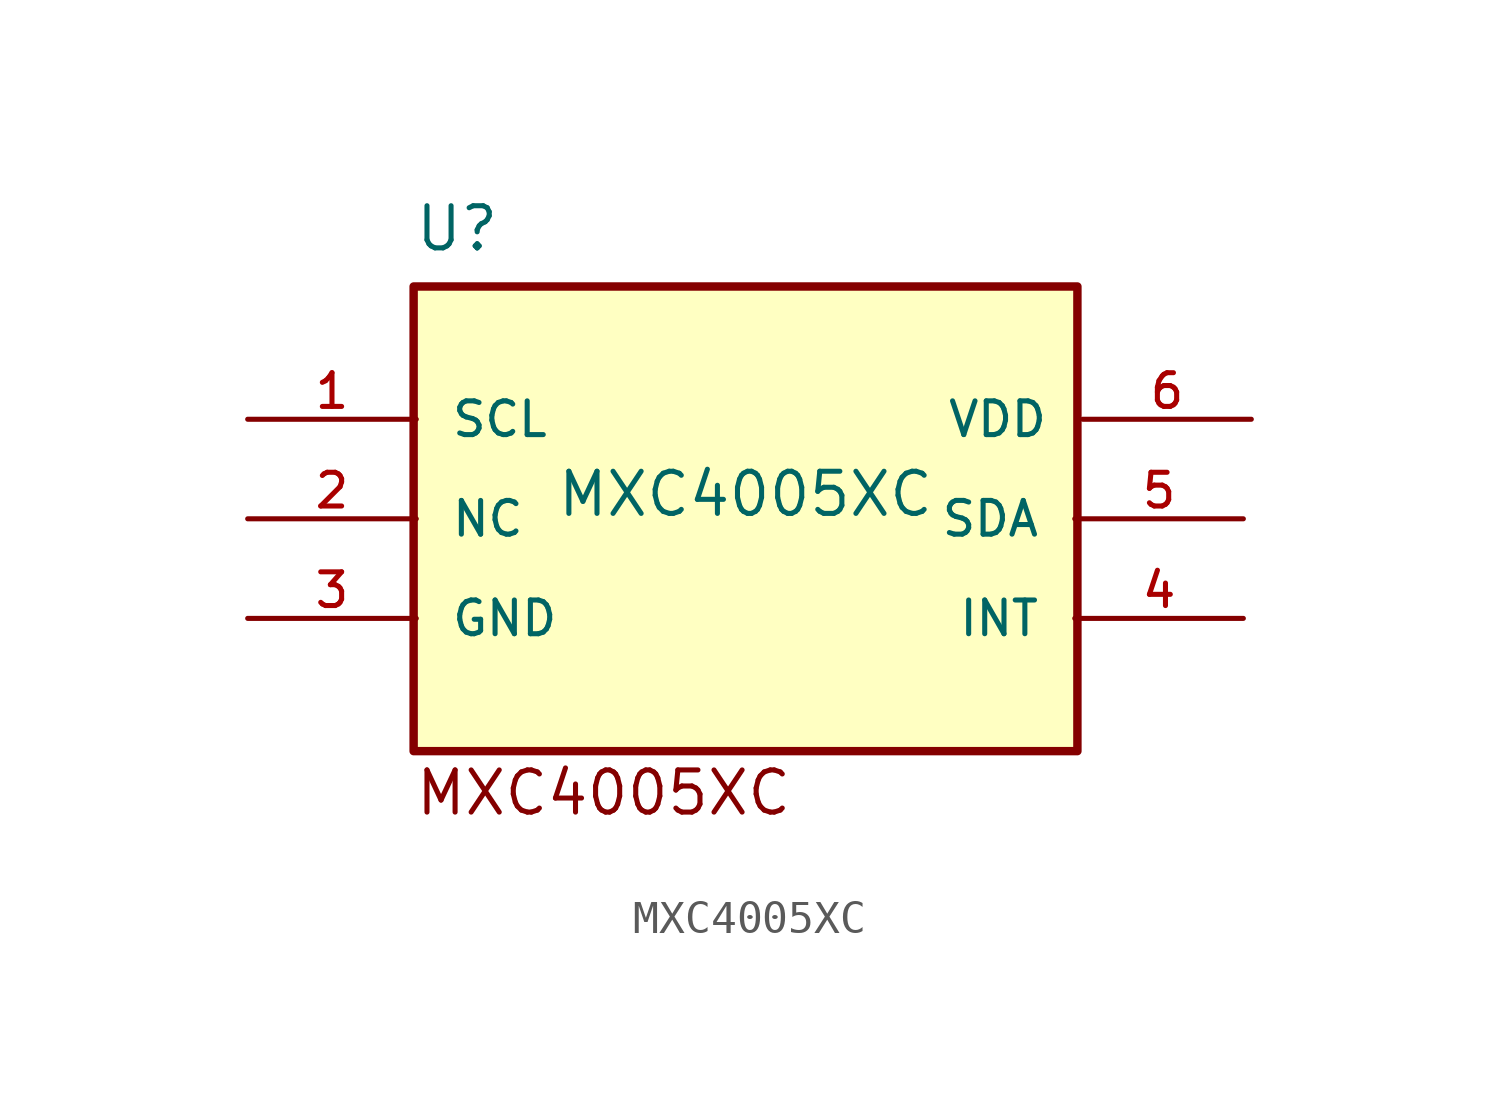
<source format=kicad_sym>
(kicad_symbol_lib
  (version 20211014)
  (generator kicad_symbol_editor)
  (symbol "MXC4005XC"
    (pin_names
      (offset 1.016))
    (property "Reference" "U"
      (at -10.0 8.0 0)
      (effects (font (size 1.27 1.27)) (justify bottom left)))
    (property "Value" "MXC4005XC"
      (at 0 0.0 0)
      (effects (font (size 1.27 1.27)) (justify bottom)))
    (symbol "MXC4005XC_0_0"
      (text "MXC4005XC" (at -10.0 -9.0 0) (effects (font (size 1.27 1.27)) (justify bottom left)))
      (rectangle (start -10.0 -7.0) (end 10.0 7.0) (stroke (width 0.254)) (fill (type background)))
      (pin bidirectional line (at -15.0 3.0 0) (length 5.08) (name "SCL" (effects (font (size 1.016 1.016)))) (number "1" (effects (font (size 1.016 1.016)))))
      (pin bidirectional line (at -15.0 -3.0 0) (length 5.08) (name "GND" (effects (font (size 1.016 1.016)))) (number "3" (effects (font (size 1.016 1.016)))))
      (pin bidirectional line (at -15.0 0.0 0) (length 5.08) (name "NC" (effects (font (size 1.016 1.016)))) (number "2" (effects (font (size 1.016 1.016)))))
      (pin bidirectional line (at 15.0 0.0 180.0) (length 5.08) (name "SDA" (effects (font (size 1.016 1.016)))) (number "5" (effects (font (size 1.016 1.016)))))
      (pin bidirectional line (at 15.24 3.0 180.0) (length 5.08) (name "VDD" (effects (font (size 1.016 1.016)))) (number "6" (effects (font (size 1.016 1.016)))))
      (pin bidirectional line (at 15.0 -3.0 180.0) (length 5.08) (name "INT" (effects (font (size 1.016 1.016)))) (number "4" (effects (font (size 1.016 1.016))))))))
</source>
